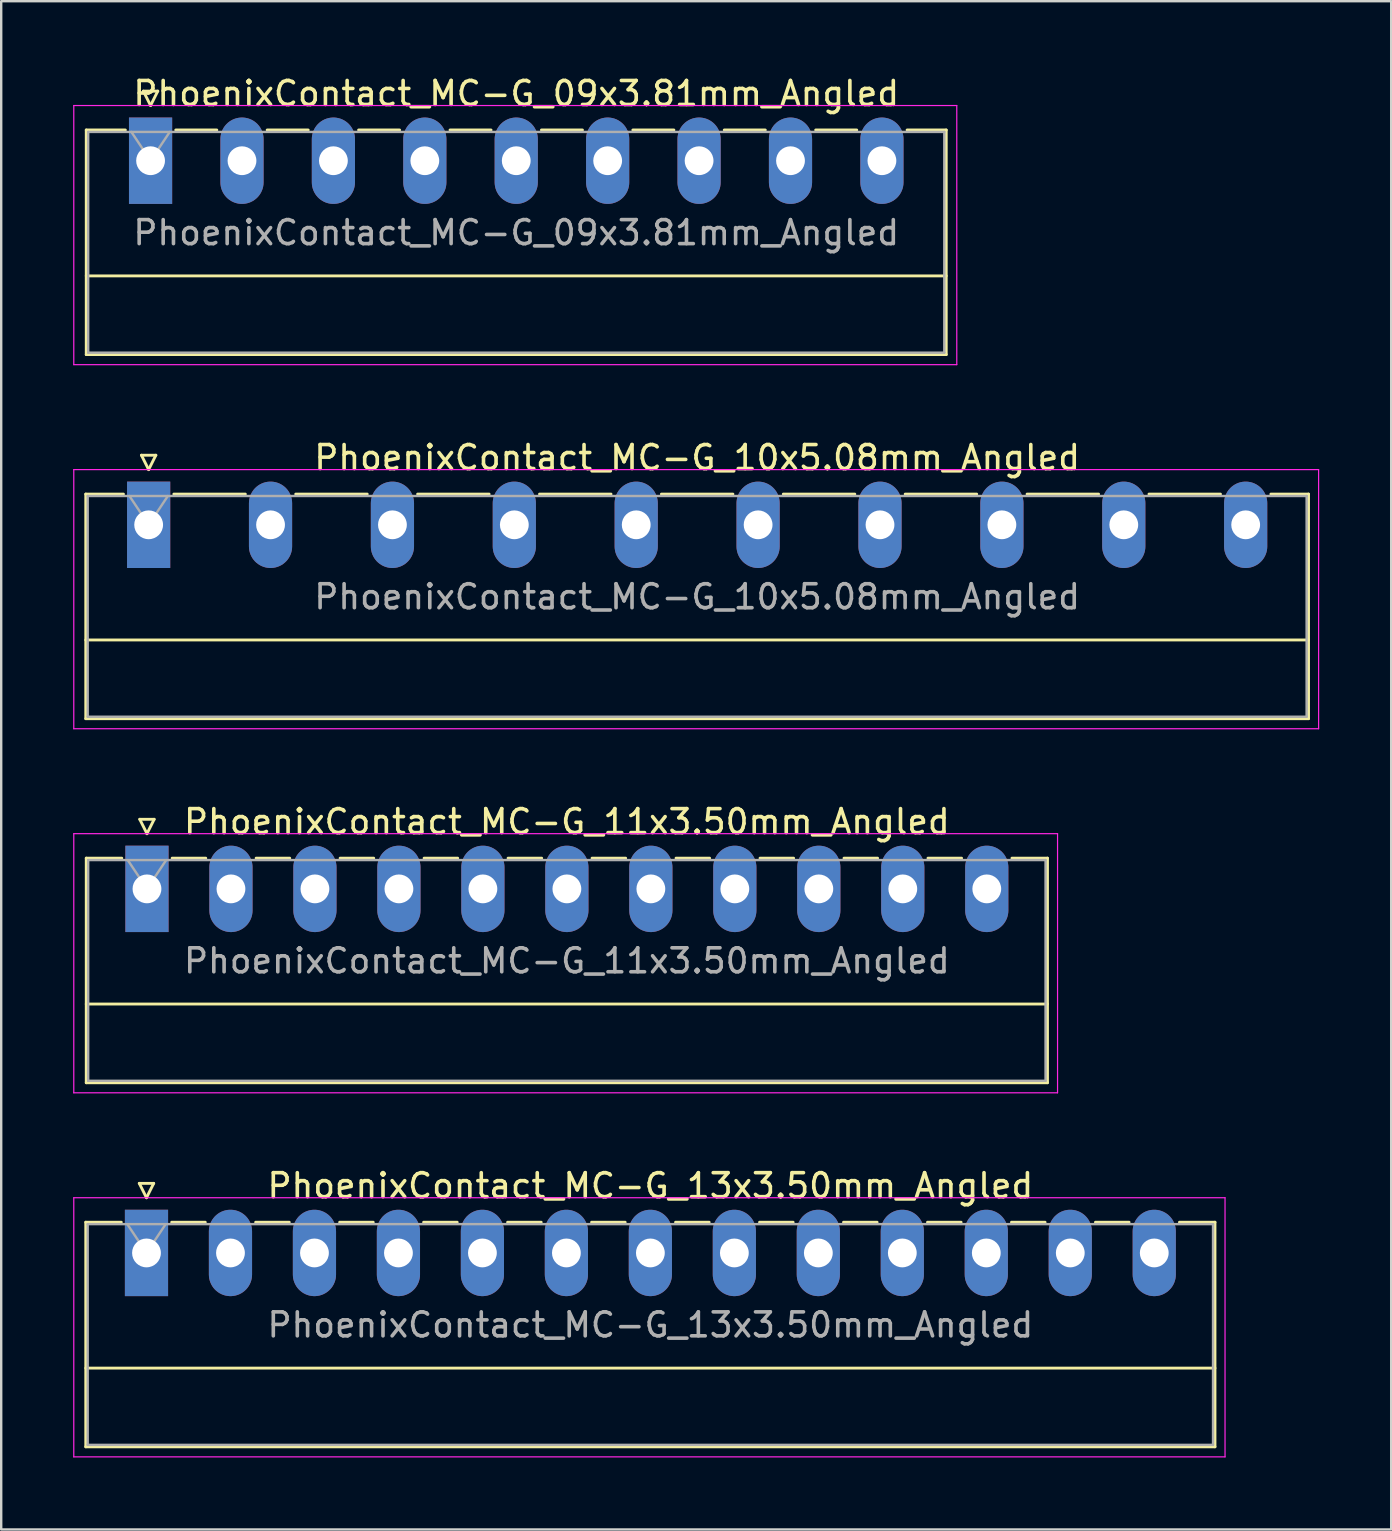
<source format=kicad_pcb>
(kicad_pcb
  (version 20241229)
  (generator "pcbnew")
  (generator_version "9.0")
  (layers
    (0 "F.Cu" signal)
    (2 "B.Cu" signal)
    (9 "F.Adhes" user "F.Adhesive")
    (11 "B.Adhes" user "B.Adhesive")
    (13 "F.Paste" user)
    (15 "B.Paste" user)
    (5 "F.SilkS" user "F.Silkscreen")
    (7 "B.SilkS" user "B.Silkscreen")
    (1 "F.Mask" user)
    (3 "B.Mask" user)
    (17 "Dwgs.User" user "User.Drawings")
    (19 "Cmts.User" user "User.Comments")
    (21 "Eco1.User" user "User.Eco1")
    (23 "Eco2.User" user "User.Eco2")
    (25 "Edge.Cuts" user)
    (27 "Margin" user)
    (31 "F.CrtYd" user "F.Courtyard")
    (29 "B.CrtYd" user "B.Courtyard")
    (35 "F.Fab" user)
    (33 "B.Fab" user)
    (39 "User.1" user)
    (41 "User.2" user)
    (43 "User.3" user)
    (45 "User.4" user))
  (footprint "PhoenixContact_MC-G_13x3.50mm_Angled"
    (layer "F.Cu")
    (at 3.055 49.168)
    (property "Reference" "PhoenixContact_MC-G_13x3.50mm_Angled" (at 21 -2.8 0) (layer "F.SilkS") (effects (font (size 1 1) (thickness 0.15))))
    (attr through_hole)
    (fp_line (start -2.53 -1.28) (end -2.53 8.08) (stroke (width 0.12) (type solid)) (layer "F.SilkS"))
    (fp_line (start -2.53 -1.28) (end -1.05 -1.28) (stroke (width 0.12) (type solid)) (layer "F.SilkS"))
    (fp_line (start -2.53 4.8) (end 44.53 4.8) (stroke (width 0.12) (type solid)) (layer "F.SilkS"))
    (fp_line (start -2.53 8.08) (end 44.53 8.08) (stroke (width 0.12) (type solid)) (layer "F.SilkS"))
    (fp_line (start -0.3 -2.9) (end 0.3 -2.9) (stroke (width 0.12) (type solid)) (layer "F.SilkS"))
    (fp_line (start 0 -2.3) (end -0.3 -2.9) (stroke (width 0.12) (type solid)) (layer "F.SilkS"))
    (fp_line (start 0.3 -2.9) (end 0 -2.3) (stroke (width 0.12) (type solid)) (layer "F.SilkS"))
    (fp_line (start 1.05 -1.28) (end 2.45 -1.28) (stroke (width 0.12) (type solid)) (layer "F.SilkS"))
    (fp_line (start 4.55 -1.28) (end 5.95 -1.28) (stroke (width 0.12) (type solid)) (layer "F.SilkS"))
    (fp_line (start 8.05 -1.28) (end 9.45 -1.28) (stroke (width 0.12) (type solid)) (layer "F.SilkS"))
    (fp_line (start 11.55 -1.28) (end 12.95 -1.28) (stroke (width 0.12) (type solid)) (layer "F.SilkS"))
    (fp_line (start 15.05 -1.28) (end 16.45 -1.28) (stroke (width 0.12) (type solid)) (layer "F.SilkS"))
    (fp_line (start 18.55 -1.28) (end 19.95 -1.28) (stroke (width 0.12) (type solid)) (layer "F.SilkS"))
    (fp_line (start 22.05 -1.28) (end 23.45 -1.28) (stroke (width 0.12) (type solid)) (layer "F.SilkS"))
    (fp_line (start 25.55 -1.28) (end 26.95 -1.28) (stroke (width 0.12) (type solid)) (layer "F.SilkS"))
    (fp_line (start 29.05 -1.28) (end 30.45 -1.28) (stroke (width 0.12) (type solid)) (layer "F.SilkS"))
    (fp_line (start 32.55 -1.28) (end 33.95 -1.28) (stroke (width 0.12) (type solid)) (layer "F.SilkS"))
    (fp_line (start 36.05 -1.28) (end 37.45 -1.28) (stroke (width 0.12) (type solid)) (layer "F.SilkS"))
    (fp_line (start 39.55 -1.28) (end 40.95 -1.28) (stroke (width 0.12) (type solid)) (layer "F.SilkS"))
    (fp_line (start 44.53 -1.28) (end 43.05 -1.28) (stroke (width 0.12) (type solid)) (layer "F.SilkS"))
    (fp_line (start 44.53 8.08) (end 44.53 -1.28) (stroke (width 0.12) (type solid)) (layer "F.SilkS"))
    (fp_line (start -3.03 -2.3) (end -3.03 8.5) (stroke (width 0.05) (type solid)) (layer "F.CrtYd"))
    (fp_line (start -3.03 8.5) (end 44.95 8.5) (stroke (width 0.05) (type solid)) (layer "F.CrtYd"))
    (fp_line (start 44.95 -2.3) (end -3.03 -2.3) (stroke (width 0.05) (type solid)) (layer "F.CrtYd"))
    (fp_line (start 44.95 8.5) (end 44.95 -2.3) (stroke (width 0.05) (type solid)) (layer "F.CrtYd"))
    (fp_line (start -2.45 -1.2) (end -2.45 8) (stroke (width 0.1) (type solid)) (layer "F.Fab"))
    (fp_line (start -2.45 8) (end 44.45 8) (stroke (width 0.1) (type solid)) (layer "F.Fab"))
    (fp_line (start 0 0) (end -0.8 -1.2) (stroke (width 0.1) (type solid)) (layer "F.Fab"))
    (fp_line (start 0.8 -1.2) (end 0 0) (stroke (width 0.1) (type solid)) (layer "F.Fab"))
    (fp_line (start 44.45 -1.2) (end -2.45 -1.2) (stroke (width 0.1) (type solid)) (layer "F.Fab"))
    (fp_line (start 44.45 8) (end 44.45 -1.2) (stroke (width 0.1) (type solid)) (layer "F.Fab"))
    (fp_text user "${REFERENCE}" (at 21 3 0) (layer "F.Fab") (effects (font (size 1 1) (thickness 0.15))))
    (pad "1" thru_hole rect (at 0 0) (size 1.8 3.6) (drill 1.2) (layers "*.Cu" "*.Mask"))
    (pad "2" thru_hole oval (at 3.5 0) (size 1.8 3.6) (drill 1.2) (layers "*.Cu" "*.Mask"))
    (pad "3" thru_hole oval (at 7 0) (size 1.8 3.6) (drill 1.2) (layers "*.Cu" "*.Mask"))
    (pad "4" thru_hole oval (at 10.5 0) (size 1.8 3.6) (drill 1.2) (layers "*.Cu" "*.Mask"))
    (pad "5" thru_hole oval (at 14 0) (size 1.8 3.6) (drill 1.2) (layers "*.Cu" "*.Mask"))
    (pad "6" thru_hole oval (at 17.5 0) (size 1.8 3.6) (drill 1.2) (layers "*.Cu" "*.Mask"))
    (pad "7" thru_hole oval (at 21 0) (size 1.8 3.6) (drill 1.2) (layers "*.Cu" "*.Mask"))
    (pad "8" thru_hole oval (at 24.5 0) (size 1.8 3.6) (drill 1.2) (layers "*.Cu" "*.Mask"))
    (pad "9" thru_hole oval (at 28 0) (size 1.8 3.6) (drill 1.2) (layers "*.Cu" "*.Mask"))
    (pad "10" thru_hole oval (at 31.5 0) (size 1.8 3.6) (drill 1.2) (layers "*.Cu" "*.Mask"))
    (pad "11" thru_hole oval (at 35 0) (size 1.8 3.6) (drill 1.2) (layers "*.Cu" "*.Mask"))
    (pad "12" thru_hole oval (at 38.5 0) (size 1.8 3.6) (drill 1.2) (layers "*.Cu" "*.Mask"))
    (pad "13" thru_hole oval (at 42 0) (size 1.8 3.6) (drill 1.2) (layers "*.Cu" "*.Mask")))
  (footprint "PhoenixContact_MC-G_09x3.81mm_Angled"
    (layer "F.Cu")
    (at 3.225 3.648)
    (property "Reference" "PhoenixContact_MC-G_09x3.81mm_Angled" (at 15.24 -2.8 0) (layer "F.SilkS") (effects (font (size 1 1) (thickness 0.15))))
    (attr through_hole)
    (fp_line (start -2.68 -1.28) (end -2.68 8.08) (stroke (width 0.12) (type solid)) (layer "F.SilkS"))
    (fp_line (start -2.68 -1.28) (end -1.05 -1.28) (stroke (width 0.12) (type solid)) (layer "F.SilkS"))
    (fp_line (start -2.68 4.8) (end 33.16 4.8) (stroke (width 0.12) (type solid)) (layer "F.SilkS"))
    (fp_line (start -2.68 8.08) (end 33.16 8.08) (stroke (width 0.12) (type solid)) (layer "F.SilkS"))
    (fp_line (start -0.3 -2.9) (end 0.3 -2.9) (stroke (width 0.12) (type solid)) (layer "F.SilkS"))
    (fp_line (start 0 -2.3) (end -0.3 -2.9) (stroke (width 0.12) (type solid)) (layer "F.SilkS"))
    (fp_line (start 0.3 -2.9) (end 0 -2.3) (stroke (width 0.12) (type solid)) (layer "F.SilkS"))
    (fp_line (start 1.05 -1.28) (end 2.76 -1.28) (stroke (width 0.12) (type solid)) (layer "F.SilkS"))
    (fp_line (start 4.86 -1.28) (end 6.57 -1.28) (stroke (width 0.12) (type solid)) (layer "F.SilkS"))
    (fp_line (start 8.67 -1.28) (end 10.38 -1.28) (stroke (width 0.12) (type solid)) (layer "F.SilkS"))
    (fp_line (start 12.48 -1.28) (end 14.19 -1.28) (stroke (width 0.12) (type solid)) (layer "F.SilkS"))
    (fp_line (start 16.29 -1.28) (end 18 -1.28) (stroke (width 0.12) (type solid)) (layer "F.SilkS"))
    (fp_line (start 20.1 -1.28) (end 21.81 -1.28) (stroke (width 0.12) (type solid)) (layer "F.SilkS"))
    (fp_line (start 23.91 -1.28) (end 25.62 -1.28) (stroke (width 0.12) (type solid)) (layer "F.SilkS"))
    (fp_line (start 27.72 -1.28) (end 29.43 -1.28) (stroke (width 0.12) (type solid)) (layer "F.SilkS"))
    (fp_line (start 33.16 -1.28) (end 31.53 -1.28) (stroke (width 0.12) (type solid)) (layer "F.SilkS"))
    (fp_line (start 33.16 8.08) (end 33.16 -1.28) (stroke (width 0.12) (type solid)) (layer "F.SilkS"))
    (fp_line (start -3.2 -2.3) (end -3.2 8.5) (stroke (width 0.05) (type solid)) (layer "F.CrtYd"))
    (fp_line (start -3.2 8.5) (end 33.6 8.5) (stroke (width 0.05) (type solid)) (layer "F.CrtYd"))
    (fp_line (start 33.6 -2.3) (end -3.2 -2.3) (stroke (width 0.05) (type solid)) (layer "F.CrtYd"))
    (fp_line (start 33.6 8.5) (end 33.6 -2.3) (stroke (width 0.05) (type solid)) (layer "F.CrtYd"))
    (fp_line (start -2.6 -1.2) (end -2.6 8) (stroke (width 0.1) (type solid)) (layer "F.Fab"))
    (fp_line (start -2.6 8) (end 33.08 8) (stroke (width 0.1) (type solid)) (layer "F.Fab"))
    (fp_line (start 0 0) (end -0.8 -1.2) (stroke (width 0.1) (type solid)) (layer "F.Fab"))
    (fp_line (start 0.8 -1.2) (end 0 0) (stroke (width 0.1) (type solid)) (layer "F.Fab"))
    (fp_line (start 33.08 -1.2) (end -2.6 -1.2) (stroke (width 0.1) (type solid)) (layer "F.Fab"))
    (fp_line (start 33.08 8) (end 33.08 -1.2) (stroke (width 0.1) (type solid)) (layer "F.Fab"))
    (fp_text user "${REFERENCE}" (at 15.24 3 0) (layer "F.Fab") (effects (font (size 1 1) (thickness 0.15))))
    (pad "1" thru_hole rect (at 0 0) (size 1.8 3.6) (drill 1.2) (layers "*.Cu" "*.Mask"))
    (pad "2" thru_hole oval (at 3.81 0) (size 1.8 3.6) (drill 1.2) (layers "*.Cu" "*.Mask"))
    (pad "3" thru_hole oval (at 7.62 0) (size 1.8 3.6) (drill 1.2) (layers "*.Cu" "*.Mask"))
    (pad "4" thru_hole oval (at 11.43 0) (size 1.8 3.6) (drill 1.2) (layers "*.Cu" "*.Mask"))
    (pad "5" thru_hole oval (at 15.24 0) (size 1.8 3.6) (drill 1.2) (layers "*.Cu" "*.Mask"))
    (pad "6" thru_hole oval (at 19.05 0) (size 1.8 3.6) (drill 1.2) (layers "*.Cu" "*.Mask"))
    (pad "7" thru_hole oval (at 22.86 0) (size 1.8 3.6) (drill 1.2) (layers "*.Cu" "*.Mask"))
    (pad "8" thru_hole oval (at 26.67 0) (size 1.8 3.6) (drill 1.2) (layers "*.Cu" "*.Mask"))
    (pad "9" thru_hole oval (at 30.48 0) (size 1.8 3.6) (drill 1.2) (layers "*.Cu" "*.Mask")))
  (footprint "PhoenixContact_MC-G_10x5.08mm_Angled"
    (layer "F.Cu")
    (at 3.145 18.822)
    (property "Reference" "PhoenixContact_MC-G_10x5.08mm_Angled" (at 22.86 -2.8 0) (layer "F.SilkS") (effects (font (size 1 1) (thickness 0.15))))
    (attr through_hole)
    (fp_line (start -2.62 -1.28) (end -2.62 8.08) (stroke (width 0.12) (type solid)) (layer "F.SilkS"))
    (fp_line (start -2.62 -1.28) (end -1.05 -1.28) (stroke (width 0.12) (type solid)) (layer "F.SilkS"))
    (fp_line (start -2.62 4.8) (end 48.34 4.8) (stroke (width 0.12) (type solid)) (layer "F.SilkS"))
    (fp_line (start -2.62 8.08) (end 48.34 8.08) (stroke (width 0.12) (type solid)) (layer "F.SilkS"))
    (fp_line (start -0.3 -2.9) (end 0.3 -2.9) (stroke (width 0.12) (type solid)) (layer "F.SilkS"))
    (fp_line (start 0 -2.3) (end -0.3 -2.9) (stroke (width 0.12) (type solid)) (layer "F.SilkS"))
    (fp_line (start 0.3 -2.9) (end 0 -2.3) (stroke (width 0.12) (type solid)) (layer "F.SilkS"))
    (fp_line (start 1.05 -1.28) (end 4.03 -1.28) (stroke (width 0.12) (type solid)) (layer "F.SilkS"))
    (fp_line (start 6.13 -1.28) (end 9.11 -1.28) (stroke (width 0.12) (type solid)) (layer "F.SilkS"))
    (fp_line (start 11.21 -1.28) (end 14.19 -1.28) (stroke (width 0.12) (type solid)) (layer "F.SilkS"))
    (fp_line (start 16.29 -1.28) (end 19.27 -1.28) (stroke (width 0.12) (type solid)) (layer "F.SilkS"))
    (fp_line (start 21.37 -1.28) (end 24.35 -1.28) (stroke (width 0.12) (type solid)) (layer "F.SilkS"))
    (fp_line (start 26.45 -1.28) (end 29.43 -1.28) (stroke (width 0.12) (type solid)) (layer "F.SilkS"))
    (fp_line (start 31.53 -1.28) (end 34.51 -1.28) (stroke (width 0.12) (type solid)) (layer "F.SilkS"))
    (fp_line (start 36.61 -1.28) (end 39.59 -1.28) (stroke (width 0.12) (type solid)) (layer "F.SilkS"))
    (fp_line (start 41.69 -1.28) (end 44.67 -1.28) (stroke (width 0.12) (type solid)) (layer "F.SilkS"))
    (fp_line (start 48.34 -1.28) (end 46.77 -1.28) (stroke (width 0.12) (type solid)) (layer "F.SilkS"))
    (fp_line (start 48.34 8.08) (end 48.34 -1.28) (stroke (width 0.12) (type solid)) (layer "F.SilkS"))
    (fp_line (start -3.12 -2.3) (end -3.12 8.5) (stroke (width 0.05) (type solid)) (layer "F.CrtYd"))
    (fp_line (start -3.12 8.5) (end 48.76 8.5) (stroke (width 0.05) (type solid)) (layer "F.CrtYd"))
    (fp_line (start 48.76 -2.3) (end -3.12 -2.3) (stroke (width 0.05) (type solid)) (layer "F.CrtYd"))
    (fp_line (start 48.76 8.5) (end 48.76 -2.3) (stroke (width 0.05) (type solid)) (layer "F.CrtYd"))
    (fp_line (start -2.54 -1.2) (end -2.54 8) (stroke (width 0.1) (type solid)) (layer "F.Fab"))
    (fp_line (start -2.54 8) (end 48.26 8) (stroke (width 0.1) (type solid)) (layer "F.Fab"))
    (fp_line (start 0 0) (end -0.8 -1.2) (stroke (width 0.1) (type solid)) (layer "F.Fab"))
    (fp_line (start 0.8 -1.2) (end 0 0) (stroke (width 0.1) (type solid)) (layer "F.Fab"))
    (fp_line (start 48.26 -1.2) (end -2.54 -1.2) (stroke (width 0.1) (type solid)) (layer "F.Fab"))
    (fp_line (start 48.26 8) (end 48.26 -1.2) (stroke (width 0.1) (type solid)) (layer "F.Fab"))
    (fp_text user "${REFERENCE}" (at 22.86 3 0) (layer "F.Fab") (effects (font (size 1 1) (thickness 0.15))))
    (pad "1" thru_hole rect (at 0 0) (size 1.8 3.6) (drill 1.2) (layers "*.Cu" "*.Mask"))
    (pad "2" thru_hole oval (at 5.08 0) (size 1.8 3.6) (drill 1.2) (layers "*.Cu" "*.Mask"))
    (pad "3" thru_hole oval (at 10.16 0) (size 1.8 3.6) (drill 1.2) (layers "*.Cu" "*.Mask"))
    (pad "4" thru_hole oval (at 15.24 0) (size 1.8 3.6) (drill 1.2) (layers "*.Cu" "*.Mask"))
    (pad "5" thru_hole oval (at 20.32 0) (size 1.8 3.6) (drill 1.2) (layers "*.Cu" "*.Mask"))
    (pad "6" thru_hole oval (at 25.4 0) (size 1.8 3.6) (drill 1.2) (layers "*.Cu" "*.Mask"))
    (pad "7" thru_hole oval (at 30.48 0) (size 1.8 3.6) (drill 1.2) (layers "*.Cu" "*.Mask"))
    (pad "8" thru_hole oval (at 35.56 0) (size 1.8 3.6) (drill 1.2) (layers "*.Cu" "*.Mask"))
    (pad "9" thru_hole oval (at 40.64 0) (size 1.8 3.6) (drill 1.2) (layers "*.Cu" "*.Mask"))
    (pad "10" thru_hole oval (at 45.72 0) (size 1.8 3.6) (drill 1.2) (layers "*.Cu" "*.Mask")))
  (footprint "PhoenixContact_MC-G_11x3.50mm_Angled"
    (layer "F.Cu")
    (at 3.075 33.995)
    (property "Reference" "PhoenixContact_MC-G_11x3.50mm_Angled" (at 17.5 -2.8 0) (layer "F.SilkS") (effects (font (size 1 1) (thickness 0.15))))
    (attr through_hole)
    (fp_line (start -2.53 -1.28) (end -2.53 8.08) (stroke (width 0.12) (type solid)) (layer "F.SilkS"))
    (fp_line (start -2.53 -1.28) (end -1.05 -1.28) (stroke (width 0.12) (type solid)) (layer "F.SilkS"))
    (fp_line (start -2.53 4.8) (end 37.53 4.8) (stroke (width 0.12) (type solid)) (layer "F.SilkS"))
    (fp_line (start -2.53 8.08) (end 37.53 8.08) (stroke (width 0.12) (type solid)) (layer "F.SilkS"))
    (fp_line (start -0.3 -2.9) (end 0.3 -2.9) (stroke (width 0.12) (type solid)) (layer "F.SilkS"))
    (fp_line (start 0 -2.3) (end -0.3 -2.9) (stroke (width 0.12) (type solid)) (layer "F.SilkS"))
    (fp_line (start 0.3 -2.9) (end 0 -2.3) (stroke (width 0.12) (type solid)) (layer "F.SilkS"))
    (fp_line (start 1.05 -1.28) (end 2.45 -1.28) (stroke (width 0.12) (type solid)) (layer "F.SilkS"))
    (fp_line (start 4.55 -1.28) (end 5.95 -1.28) (stroke (width 0.12) (type solid)) (layer "F.SilkS"))
    (fp_line (start 8.05 -1.28) (end 9.45 -1.28) (stroke (width 0.12) (type solid)) (layer "F.SilkS"))
    (fp_line (start 11.55 -1.28) (end 12.95 -1.28) (stroke (width 0.12) (type solid)) (layer "F.SilkS"))
    (fp_line (start 15.05 -1.28) (end 16.45 -1.28) (stroke (width 0.12) (type solid)) (layer "F.SilkS"))
    (fp_line (start 18.55 -1.28) (end 19.95 -1.28) (stroke (width 0.12) (type solid)) (layer "F.SilkS"))
    (fp_line (start 22.05 -1.28) (end 23.45 -1.28) (stroke (width 0.12) (type solid)) (layer "F.SilkS"))
    (fp_line (start 25.55 -1.28) (end 26.95 -1.28) (stroke (width 0.12) (type solid)) (layer "F.SilkS"))
    (fp_line (start 29.05 -1.28) (end 30.45 -1.28) (stroke (width 0.12) (type solid)) (layer "F.SilkS"))
    (fp_line (start 32.55 -1.28) (end 33.95 -1.28) (stroke (width 0.12) (type solid)) (layer "F.SilkS"))
    (fp_line (start 37.53 -1.28) (end 36.05 -1.28) (stroke (width 0.12) (type solid)) (layer "F.SilkS"))
    (fp_line (start 37.53 8.08) (end 37.53 -1.28) (stroke (width 0.12) (type solid)) (layer "F.SilkS"))
    (fp_line (start -3.05 -2.3) (end -3.05 8.5) (stroke (width 0.05) (type solid)) (layer "F.CrtYd"))
    (fp_line (start -3.05 8.5) (end 37.95 8.5) (stroke (width 0.05) (type solid)) (layer "F.CrtYd"))
    (fp_line (start 37.95 -2.3) (end -3.05 -2.3) (stroke (width 0.05) (type solid)) (layer "F.CrtYd"))
    (fp_line (start 37.95 8.5) (end 37.95 -2.3) (stroke (width 0.05) (type solid)) (layer "F.CrtYd"))
    (fp_line (start -2.45 -1.2) (end -2.45 8) (stroke (width 0.1) (type solid)) (layer "F.Fab"))
    (fp_line (start -2.45 8) (end 37.45 8) (stroke (width 0.1) (type solid)) (layer "F.Fab"))
    (fp_line (start 0 0) (end -0.8 -1.2) (stroke (width 0.1) (type solid)) (layer "F.Fab"))
    (fp_line (start 0.8 -1.2) (end 0 0) (stroke (width 0.1) (type solid)) (layer "F.Fab"))
    (fp_line (start 37.45 -1.2) (end -2.45 -1.2) (stroke (width 0.1) (type solid)) (layer "F.Fab"))
    (fp_line (start 37.45 8) (end 37.45 -1.2) (stroke (width 0.1) (type solid)) (layer "F.Fab"))
    (fp_text user "${REFERENCE}" (at 17.5 3 0) (layer "F.Fab") (effects (font (size 1 1) (thickness 0.15))))
    (pad "1" thru_hole rect (at 0 0) (size 1.8 3.6) (drill 1.2) (layers "*.Cu" "*.Mask"))
    (pad "2" thru_hole oval (at 3.5 0) (size 1.8 3.6) (drill 1.2) (layers "*.Cu" "*.Mask"))
    (pad "3" thru_hole oval (at 7 0) (size 1.8 3.6) (drill 1.2) (layers "*.Cu" "*.Mask"))
    (pad "4" thru_hole oval (at 10.5 0) (size 1.8 3.6) (drill 1.2) (layers "*.Cu" "*.Mask"))
    (pad "5" thru_hole oval (at 14 0) (size 1.8 3.6) (drill 1.2) (layers "*.Cu" "*.Mask"))
    (pad "6" thru_hole oval (at 17.5 0) (size 1.8 3.6) (drill 1.2) (layers "*.Cu" "*.Mask"))
    (pad "7" thru_hole oval (at 21 0) (size 1.8 3.6) (drill 1.2) (layers "*.Cu" "*.Mask"))
    (pad "8" thru_hole oval (at 24.5 0) (size 1.8 3.6) (drill 1.2) (layers "*.Cu" "*.Mask"))
    (pad "9" thru_hole oval (at 28 0) (size 1.8 3.6) (drill 1.2) (layers "*.Cu" "*.Mask"))
    (pad "10" thru_hole oval (at 31.5 0) (size 1.8 3.6) (drill 1.2) (layers "*.Cu" "*.Mask"))
    (pad "11" thru_hole oval (at 35 0) (size 1.8 3.6) (drill 1.2) (layers "*.Cu" "*.Mask")))
  (gr_rect
    (start -3 -3)
    (end 54.93 60.693)
    (stroke (width 0.1) (type default))
    (fill no)
    (layer "Edge.Cuts")))
</source>
